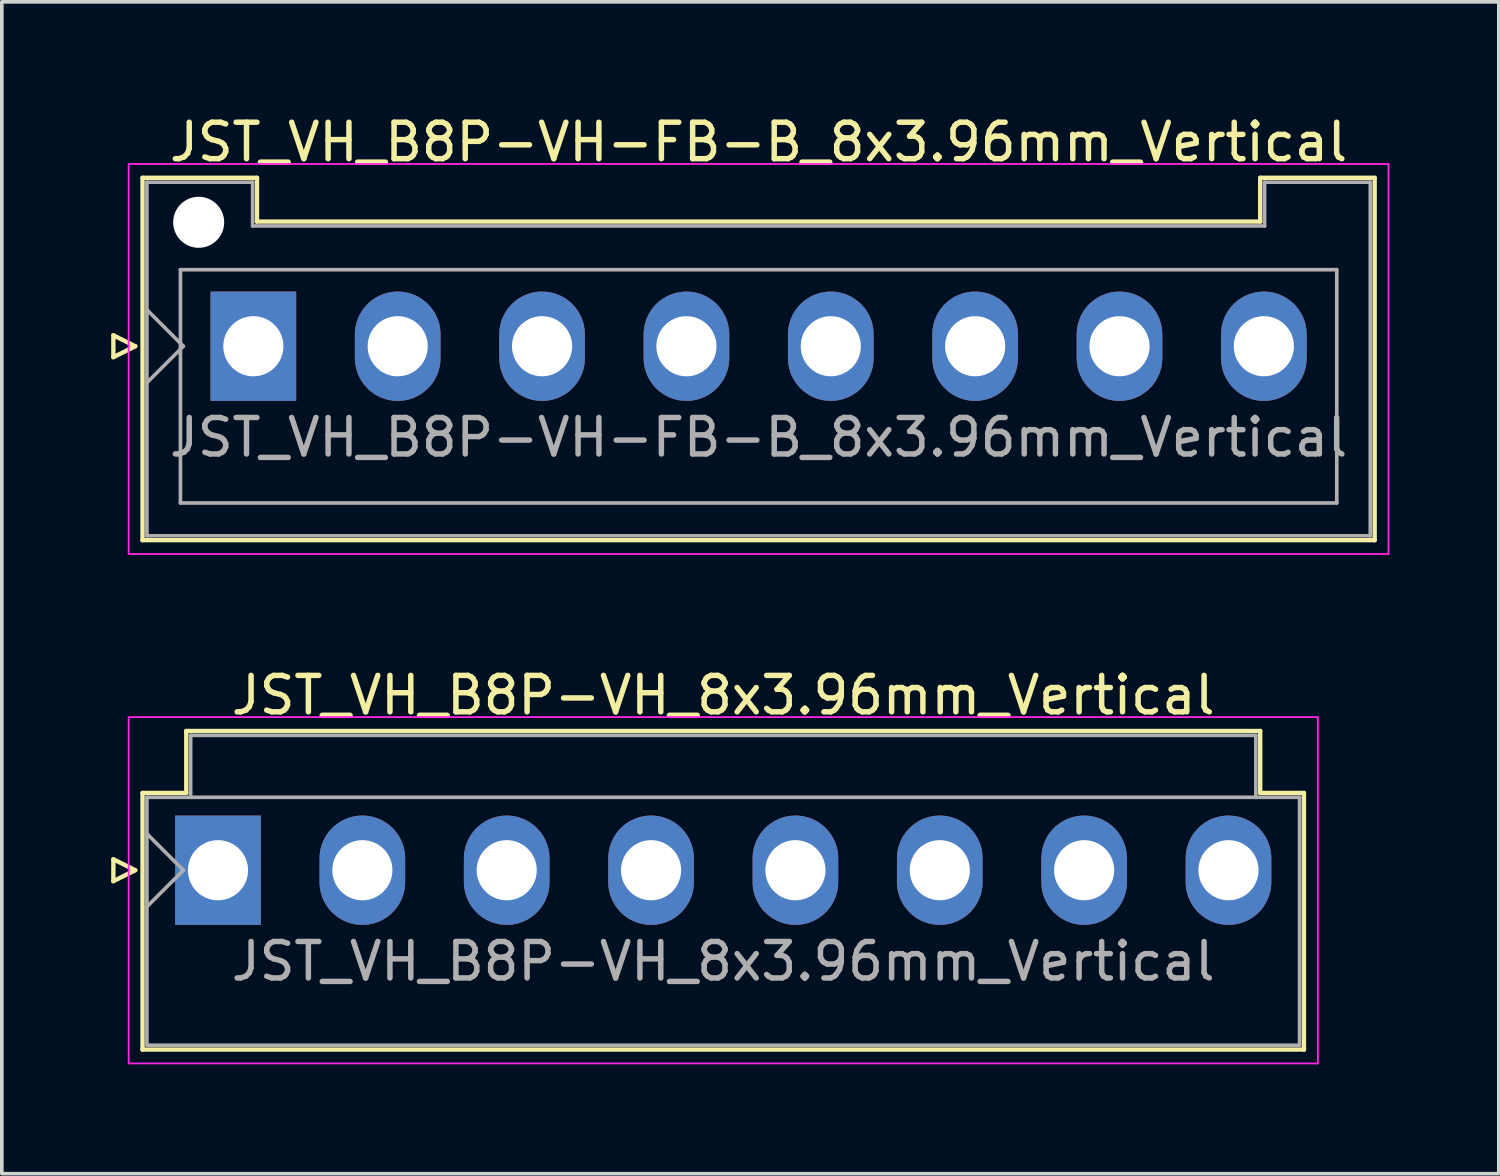
<source format=kicad_pcb>
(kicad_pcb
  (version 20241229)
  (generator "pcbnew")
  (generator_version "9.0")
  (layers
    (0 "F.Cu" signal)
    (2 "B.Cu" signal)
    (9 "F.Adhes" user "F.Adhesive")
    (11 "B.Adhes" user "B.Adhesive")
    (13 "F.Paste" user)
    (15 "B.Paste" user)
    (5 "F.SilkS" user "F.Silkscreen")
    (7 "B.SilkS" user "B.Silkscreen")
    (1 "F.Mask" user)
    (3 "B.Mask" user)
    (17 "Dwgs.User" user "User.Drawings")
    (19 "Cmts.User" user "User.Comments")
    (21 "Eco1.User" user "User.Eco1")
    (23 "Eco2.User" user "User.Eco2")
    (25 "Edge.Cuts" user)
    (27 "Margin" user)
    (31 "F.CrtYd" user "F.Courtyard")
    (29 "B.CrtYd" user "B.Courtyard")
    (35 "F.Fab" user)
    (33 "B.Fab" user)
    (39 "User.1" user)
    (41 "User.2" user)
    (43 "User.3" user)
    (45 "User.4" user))
  (footprint "JST_VH_B8P-VH-FB-B_8x3.96mm_Vertical"
    (layer "F.Cu")
    (at 3.9 6.448)
    (property "Reference" "JST_VH_B8P-VH-FB-B_8x3.96mm_Vertical" (at 13.86 -5.6 0) (layer "F.SilkS") (effects (font (size 1 1) (thickness 0.15))))
    (attr through_hole)
    (fp_line (start -3.84 -0.3) (end -3.24 0) (stroke (width 0.12) (type solid)) (layer "F.SilkS"))
    (fp_line (start -3.84 0.3) (end -3.84 -0.3) (stroke (width 0.12) (type solid)) (layer "F.SilkS"))
    (fp_line (start -3.24 0) (end -3.84 0.3) (stroke (width 0.12) (type solid)) (layer "F.SilkS"))
    (fp_line (start -3.04 -4.62) (end 0.1 -4.62) (stroke (width 0.12) (type solid)) (layer "F.SilkS"))
    (fp_line (start -3.04 5.32) (end -3.04 -4.62) (stroke (width 0.12) (type solid)) (layer "F.SilkS"))
    (fp_line (start 0.1 -4.62) (end 0.1 -3.42) (stroke (width 0.12) (type solid)) (layer "F.SilkS"))
    (fp_line (start 0.1 -3.42) (end 27.62 -3.42) (stroke (width 0.12) (type solid)) (layer "F.SilkS"))
    (fp_line (start 27.62 -4.62) (end 30.76 -4.62) (stroke (width 0.12) (type solid)) (layer "F.SilkS"))
    (fp_line (start 27.62 -3.42) (end 27.62 -4.62) (stroke (width 0.12) (type solid)) (layer "F.SilkS"))
    (fp_line (start 30.76 -4.62) (end 30.76 5.32) (stroke (width 0.12) (type solid)) (layer "F.SilkS"))
    (fp_line (start 30.76 5.32) (end -3.04 5.32) (stroke (width 0.12) (type solid)) (layer "F.SilkS"))
    (fp_line (start -3.42 -5) (end -3.42 5.7) (stroke (width 0.05) (type solid)) (layer "F.CrtYd"))
    (fp_line (start -3.42 5.7) (end 31.14 5.7) (stroke (width 0.05) (type solid)) (layer "F.CrtYd"))
    (fp_line (start 31.14 -5) (end -3.42 -5) (stroke (width 0.05) (type solid)) (layer "F.CrtYd"))
    (fp_line (start 31.14 5.7) (end 31.14 -5) (stroke (width 0.05) (type solid)) (layer "F.CrtYd"))
    (fp_line (start -2.92 -4.5) (end -0.02 -4.5) (stroke (width 0.1) (type solid)) (layer "F.Fab"))
    (fp_line (start -2.92 -1) (end -1.92 0) (stroke (width 0.1) (type solid)) (layer "F.Fab"))
    (fp_line (start -2.92 1) (end -1.92 0) (stroke (width 0.1) (type solid)) (layer "F.Fab"))
    (fp_line (start -2.92 5.2) (end -2.92 -4.5) (stroke (width 0.1) (type solid)) (layer "F.Fab"))
    (fp_line (start -2 -2.1) (end 29.72 -2.1) (stroke (width 0.1) (type solid)) (layer "F.Fab"))
    (fp_line (start -2 4.3) (end -2 -2.1) (stroke (width 0.1) (type solid)) (layer "F.Fab"))
    (fp_line (start -0.02 -4.5) (end -0.02 -3.3) (stroke (width 0.1) (type solid)) (layer "F.Fab"))
    (fp_line (start -0.02 -3.3) (end 27.74 -3.3) (stroke (width 0.1) (type solid)) (layer "F.Fab"))
    (fp_line (start 27.74 -4.5) (end 30.64 -4.5) (stroke (width 0.1) (type solid)) (layer "F.Fab"))
    (fp_line (start 27.74 -3.3) (end 27.74 -4.5) (stroke (width 0.1) (type solid)) (layer "F.Fab"))
    (fp_line (start 29.72 -2.1) (end 29.72 4.3) (stroke (width 0.1) (type solid)) (layer "F.Fab"))
    (fp_line (start 29.72 4.3) (end -2 4.3) (stroke (width 0.1) (type solid)) (layer "F.Fab"))
    (fp_line (start 30.64 -4.5) (end 30.64 5.2) (stroke (width 0.1) (type solid)) (layer "F.Fab"))
    (fp_line (start 30.64 5.2) (end -2.92 5.2) (stroke (width 0.1) (type solid)) (layer "F.Fab"))
    (fp_text user "${REFERENCE}" (at 13.86 2.5 0) (layer "F.Fab") (effects (font (size 1 1) (thickness 0.15))))
    (pad "" np_thru_hole circle (at -1.5 -3.4) (size 1.4 1.4) (drill 1.4) (layers "*.Cu" "*.Mask"))
    (pad "1" thru_hole rect (at 0 0) (size 2.35 3) (drill 1.65) (layers "*.Cu" "*.Mask"))
    (pad "2" thru_hole oval (at 3.96 0) (size 2.35 3) (drill 1.65) (layers "*.Cu" "*.Mask"))
    (pad "3" thru_hole oval (at 7.92 0) (size 2.35 3) (drill 1.65) (layers "*.Cu" "*.Mask"))
    (pad "4" thru_hole oval (at 11.88 0) (size 2.35 3) (drill 1.65) (layers "*.Cu" "*.Mask"))
    (pad "5" thru_hole oval (at 15.84 0) (size 2.35 3) (drill 1.65) (layers "*.Cu" "*.Mask"))
    (pad "6" thru_hole oval (at 19.8 0) (size 2.35 3) (drill 1.65) (layers "*.Cu" "*.Mask"))
    (pad "7" thru_hole oval (at 23.76 0) (size 2.35 3) (drill 1.65) (layers "*.Cu" "*.Mask"))
    (pad "8" thru_hole oval (at 27.72 0) (size 2.35 3) (drill 1.65) (layers "*.Cu" "*.Mask")))
  (footprint "JST_VH_B8P-VH_8x3.96mm_Vertical"
    (layer "F.Cu")
    (at 2.93 20.822)
    (property "Reference" "JST_VH_B8P-VH_8x3.96mm_Vertical" (at 13.86 -4.8 0) (layer "F.SilkS") (effects (font (size 1 1) (thickness 0.15))))
    (attr through_hole)
    (fp_line (start -2.87 -0.3) (end -2.27 0) (stroke (width 0.12) (type solid)) (layer "F.SilkS"))
    (fp_line (start -2.87 0.3) (end -2.87 -0.3) (stroke (width 0.12) (type solid)) (layer "F.SilkS"))
    (fp_line (start -2.27 0) (end -2.87 0.3) (stroke (width 0.12) (type solid)) (layer "F.SilkS"))
    (fp_line (start -2.07 -2.12) (end -0.87 -2.12) (stroke (width 0.12) (type solid)) (layer "F.SilkS"))
    (fp_line (start -2.07 4.92) (end -2.07 -2.12) (stroke (width 0.12) (type solid)) (layer "F.SilkS"))
    (fp_line (start -0.87 -3.82) (end 28.59 -3.82) (stroke (width 0.12) (type solid)) (layer "F.SilkS"))
    (fp_line (start -0.87 -2.12) (end -0.87 -3.82) (stroke (width 0.12) (type solid)) (layer "F.SilkS"))
    (fp_line (start 28.59 -3.82) (end 28.59 -2.12) (stroke (width 0.12) (type solid)) (layer "F.SilkS"))
    (fp_line (start 28.59 -2.12) (end 29.79 -2.12) (stroke (width 0.12) (type solid)) (layer "F.SilkS"))
    (fp_line (start 29.79 -2.12) (end 29.79 4.92) (stroke (width 0.12) (type solid)) (layer "F.SilkS"))
    (fp_line (start 29.79 4.92) (end -2.07 4.92) (stroke (width 0.12) (type solid)) (layer "F.SilkS"))
    (fp_line (start -2.45 -4.2) (end -2.45 5.3) (stroke (width 0.05) (type solid)) (layer "F.CrtYd"))
    (fp_line (start -2.45 5.3) (end 30.17 5.3) (stroke (width 0.05) (type solid)) (layer "F.CrtYd"))
    (fp_line (start 30.17 -4.2) (end -2.45 -4.2) (stroke (width 0.05) (type solid)) (layer "F.CrtYd"))
    (fp_line (start 30.17 5.3) (end 30.17 -4.2) (stroke (width 0.05) (type solid)) (layer "F.CrtYd"))
    (fp_line (start -1.95 -2) (end -1.95 4.8) (stroke (width 0.1) (type solid)) (layer "F.Fab"))
    (fp_line (start -1.95 -1) (end -0.95 0) (stroke (width 0.1) (type solid)) (layer "F.Fab"))
    (fp_line (start -1.95 1) (end -0.95 0) (stroke (width 0.1) (type solid)) (layer "F.Fab"))
    (fp_line (start -1.95 4.8) (end 29.67 4.8) (stroke (width 0.1) (type solid)) (layer "F.Fab"))
    (fp_line (start -0.75 -3.7) (end 28.47 -3.7) (stroke (width 0.1) (type solid)) (layer "F.Fab"))
    (fp_line (start -0.75 -2) (end -0.75 -3.7) (stroke (width 0.1) (type solid)) (layer "F.Fab"))
    (fp_line (start 28.47 -3.7) (end 28.47 -2) (stroke (width 0.1) (type solid)) (layer "F.Fab"))
    (fp_line (start 29.67 -2) (end -1.95 -2) (stroke (width 0.1) (type solid)) (layer "F.Fab"))
    (fp_line (start 29.67 4.8) (end 29.67 -2) (stroke (width 0.1) (type solid)) (layer "F.Fab"))
    (fp_text user "${REFERENCE}" (at 13.86 2.5 0) (layer "F.Fab") (effects (font (size 1 1) (thickness 0.15))))
    (pad "1" thru_hole rect (at 0 0) (size 2.35 3) (drill 1.65) (layers "*.Cu" "*.Mask"))
    (pad "2" thru_hole oval (at 3.96 0) (size 2.35 3) (drill 1.65) (layers "*.Cu" "*.Mask"))
    (pad "3" thru_hole oval (at 7.92 0) (size 2.35 3) (drill 1.65) (layers "*.Cu" "*.Mask"))
    (pad "4" thru_hole oval (at 11.88 0) (size 2.35 3) (drill 1.65) (layers "*.Cu" "*.Mask"))
    (pad "5" thru_hole oval (at 15.84 0) (size 2.35 3) (drill 1.65) (layers "*.Cu" "*.Mask"))
    (pad "6" thru_hole oval (at 19.8 0) (size 2.35 3) (drill 1.65) (layers "*.Cu" "*.Mask"))
    (pad "7" thru_hole oval (at 23.76 0) (size 2.35 3) (drill 1.65) (layers "*.Cu" "*.Mask"))
    (pad "8" thru_hole oval (at 27.72 0) (size 2.35 3) (drill 1.65) (layers "*.Cu" "*.Mask")))
  (gr_rect
    (start -3 -3)
    (end 38.065 29.146)
    (stroke (width 0.1) (type default))
    (fill no)
    (layer "Edge.Cuts")))
</source>
